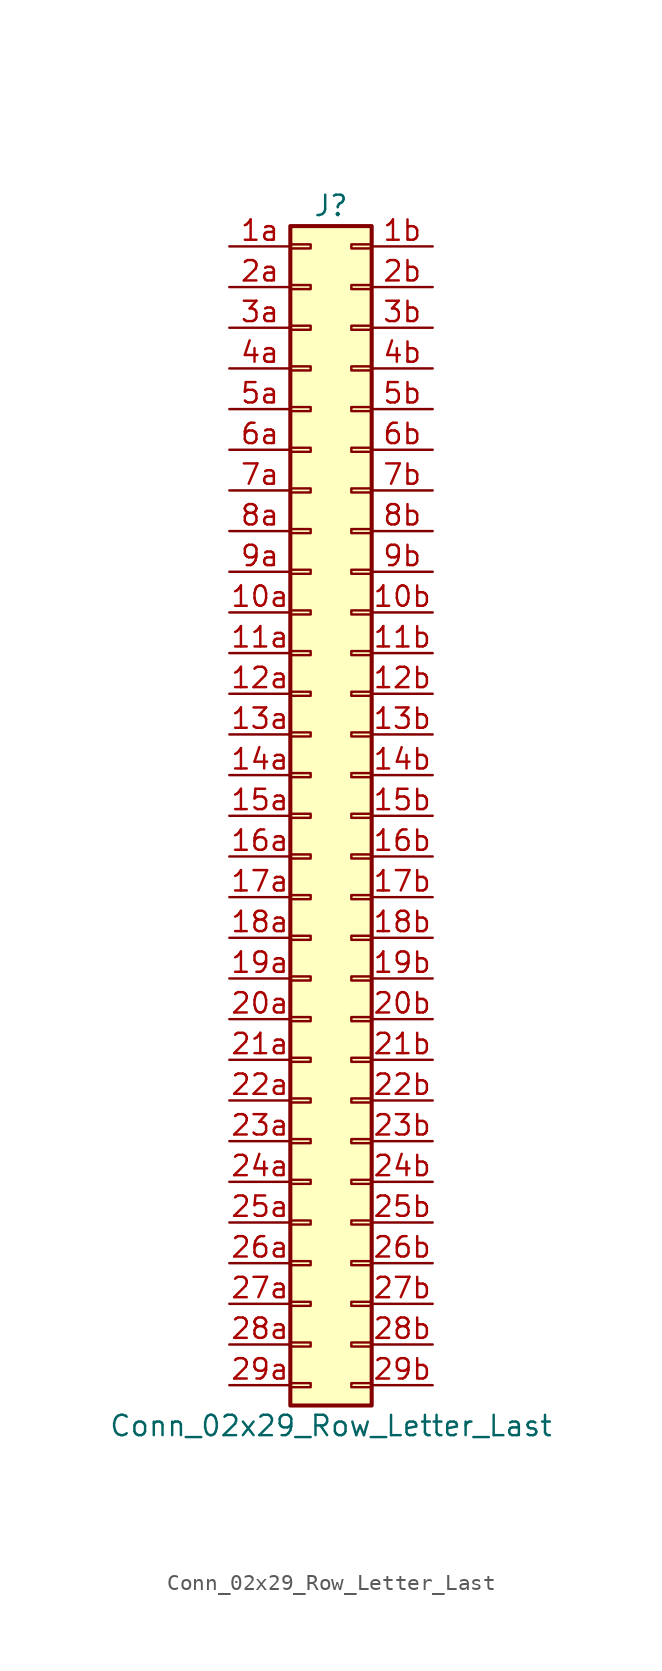
<source format=kicad_sym>
(kicad_symbol_lib
  (version 20201005)
  (generator kicad_symbol_editor)
  (symbol "Conn_02x29_Row_Letter_Last"
    (pin_names
      (offset 1.016) hide)
    (property "Reference" "J"
      (at 1.27 38.1 0)
      (effects (font (size 1.27 1.27))))
    (property "Value" "Conn_02x29_Row_Letter_Last"
      (at 1.27 -38.1 0)
      (effects (font (size 1.27 1.27))))
    (symbol "Conn_02x29_Row_Letter_Last_1_1"
      (rectangle (start -1.27 -35.433) (end 0 -35.687) (stroke (width 0.152)) (fill (type none)))
      (rectangle (start -1.27 -32.893) (end 0 -33.147) (stroke (width 0.152)) (fill (type none)))
      (rectangle (start -1.27 -30.353) (end 0 -30.607) (stroke (width 0.152)) (fill (type none)))
      (rectangle (start -1.27 -27.813) (end 0 -28.067) (stroke (width 0.152)) (fill (type none)))
      (rectangle (start -1.27 -25.273) (end 0 -25.527) (stroke (width 0.152)) (fill (type none)))
      (rectangle (start -1.27 -22.733) (end 0 -22.987) (stroke (width 0.152)) (fill (type none)))
      (rectangle (start -1.27 -20.193) (end 0 -20.447) (stroke (width 0.152)) (fill (type none)))
      (rectangle (start -1.27 -17.653) (end 0 -17.907) (stroke (width 0.152)) (fill (type none)))
      (rectangle (start -1.27 -15.113) (end 0 -15.367) (stroke (width 0.152)) (fill (type none)))
      (rectangle (start -1.27 -12.573) (end 0 -12.827) (stroke (width 0.152)) (fill (type none)))
      (rectangle (start -1.27 -10.033) (end 0 -10.287) (stroke (width 0.152)) (fill (type none)))
      (rectangle (start -1.27 -7.493) (end 0 -7.747) (stroke (width 0.152)) (fill (type none)))
      (rectangle (start -1.27 -4.953) (end 0 -5.207) (stroke (width 0.152)) (fill (type none)))
      (rectangle (start -1.27 -2.413) (end 0 -2.667) (stroke (width 0.152)) (fill (type none)))
      (rectangle (start -1.27 0.127) (end 0 -0.127) (stroke (width 0.152)) (fill (type none)))
      (rectangle (start -1.27 2.667) (end 0 2.413) (stroke (width 0.152)) (fill (type none)))
      (rectangle (start -1.27 5.207) (end 0 4.953) (stroke (width 0.152)) (fill (type none)))
      (rectangle (start -1.27 7.747) (end 0 7.493) (stroke (width 0.152)) (fill (type none)))
      (rectangle (start -1.27 10.287) (end 0 10.033) (stroke (width 0.152)) (fill (type none)))
      (rectangle (start -1.27 12.827) (end 0 12.573) (stroke (width 0.152)) (fill (type none)))
      (rectangle (start -1.27 15.367) (end 0 15.113) (stroke (width 0.152)) (fill (type none)))
      (rectangle (start -1.27 17.907) (end 0 17.653) (stroke (width 0.152)) (fill (type none)))
      (rectangle (start -1.27 20.447) (end 0 20.193) (stroke (width 0.152)) (fill (type none)))
      (rectangle (start -1.27 22.987) (end 0 22.733) (stroke (width 0.152)) (fill (type none)))
      (rectangle (start -1.27 25.527) (end 0 25.273) (stroke (width 0.152)) (fill (type none)))
      (rectangle (start -1.27 28.067) (end 0 27.813) (stroke (width 0.152)) (fill (type none)))
      (rectangle (start -1.27 30.607) (end 0 30.353) (stroke (width 0.152)) (fill (type none)))
      (rectangle (start -1.27 33.147) (end 0 32.893) (stroke (width 0.152)) (fill (type none)))
      (rectangle (start -1.27 35.687) (end 0 35.433) (stroke (width 0.152)) (fill (type none)))
      (rectangle (start 3.81 -35.433) (end 2.54 -35.687) (stroke (width 0.152)) (fill (type none)))
      (rectangle (start 3.81 -32.893) (end 2.54 -33.147) (stroke (width 0.152)) (fill (type none)))
      (rectangle (start 3.81 -30.353) (end 2.54 -30.607) (stroke (width 0.152)) (fill (type none)))
      (rectangle (start 3.81 -27.813) (end 2.54 -28.067) (stroke (width 0.152)) (fill (type none)))
      (rectangle (start 3.81 -25.273) (end 2.54 -25.527) (stroke (width 0.152)) (fill (type none)))
      (rectangle (start 3.81 -22.733) (end 2.54 -22.987) (stroke (width 0.152)) (fill (type none)))
      (rectangle (start 3.81 -20.193) (end 2.54 -20.447) (stroke (width 0.152)) (fill (type none)))
      (rectangle (start 3.81 -17.653) (end 2.54 -17.907) (stroke (width 0.152)) (fill (type none)))
      (rectangle (start 3.81 -15.113) (end 2.54 -15.367) (stroke (width 0.152)) (fill (type none)))
      (rectangle (start 3.81 -12.573) (end 2.54 -12.827) (stroke (width 0.152)) (fill (type none)))
      (rectangle (start 3.81 -10.033) (end 2.54 -10.287) (stroke (width 0.152)) (fill (type none)))
      (rectangle (start 3.81 -7.493) (end 2.54 -7.747) (stroke (width 0.152)) (fill (type none)))
      (rectangle (start 3.81 -4.953) (end 2.54 -5.207) (stroke (width 0.152)) (fill (type none)))
      (rectangle (start 3.81 -2.413) (end 2.54 -2.667) (stroke (width 0.152)) (fill (type none)))
      (rectangle (start 3.81 0.127) (end 2.54 -0.127) (stroke (width 0.152)) (fill (type none)))
      (rectangle (start 3.81 2.667) (end 2.54 2.413) (stroke (width 0.152)) (fill (type none)))
      (rectangle (start 3.81 5.207) (end 2.54 4.953) (stroke (width 0.152)) (fill (type none)))
      (rectangle (start 3.81 7.747) (end 2.54 7.493) (stroke (width 0.152)) (fill (type none)))
      (rectangle (start 3.81 10.287) (end 2.54 10.033) (stroke (width 0.152)) (fill (type none)))
      (rectangle (start 3.81 12.827) (end 2.54 12.573) (stroke (width 0.152)) (fill (type none)))
      (rectangle (start 3.81 15.367) (end 2.54 15.113) (stroke (width 0.152)) (fill (type none)))
      (rectangle (start 3.81 17.907) (end 2.54 17.653) (stroke (width 0.152)) (fill (type none)))
      (rectangle (start 3.81 20.447) (end 2.54 20.193) (stroke (width 0.152)) (fill (type none)))
      (rectangle (start 3.81 22.987) (end 2.54 22.733) (stroke (width 0.152)) (fill (type none)))
      (rectangle (start 3.81 25.527) (end 2.54 25.273) (stroke (width 0.152)) (fill (type none)))
      (rectangle (start 3.81 28.067) (end 2.54 27.813) (stroke (width 0.152)) (fill (type none)))
      (rectangle (start 3.81 30.607) (end 2.54 30.353) (stroke (width 0.152)) (fill (type none)))
      (rectangle (start 3.81 33.147) (end 2.54 32.893) (stroke (width 0.152)) (fill (type none)))
      (rectangle (start 3.81 35.687) (end 2.54 35.433) (stroke (width 0.152)) (fill (type none)))
      (rectangle (start -1.27 36.83) (end 3.81 -36.83) (stroke (width 0.254)) (fill (type background)))
      (pin passive line (at -5.08 12.7 0) (length 3.81) (name "Pin_10a" (effects (font (size 1.27 1.27)))) (number "10a" (effects (font (size 1.27 1.27)))))
      (pin passive line (at 7.62 12.7 180) (length 3.81) (name "Pin_10b" (effects (font (size 1.27 1.27)))) (number "10b" (effects (font (size 1.27 1.27)))))
      (pin passive line (at -5.08 10.16 0) (length 3.81) (name "Pin_11a" (effects (font (size 1.27 1.27)))) (number "11a" (effects (font (size 1.27 1.27)))))
      (pin passive line (at 7.62 10.16 180) (length 3.81) (name "Pin_11b" (effects (font (size 1.27 1.27)))) (number "11b" (effects (font (size 1.27 1.27)))))
      (pin passive line (at -5.08 7.62 0) (length 3.81) (name "Pin_12a" (effects (font (size 1.27 1.27)))) (number "12a" (effects (font (size 1.27 1.27)))))
      (pin passive line (at 7.62 7.62 180) (length 3.81) (name "Pin_12b" (effects (font (size 1.27 1.27)))) (number "12b" (effects (font (size 1.27 1.27)))))
      (pin passive line (at -5.08 5.08 0) (length 3.81) (name "Pin_13a" (effects (font (size 1.27 1.27)))) (number "13a" (effects (font (size 1.27 1.27)))))
      (pin passive line (at 7.62 5.08 180) (length 3.81) (name "Pin_13b" (effects (font (size 1.27 1.27)))) (number "13b" (effects (font (size 1.27 1.27)))))
      (pin passive line (at -5.08 2.54 0) (length 3.81) (name "Pin_14a" (effects (font (size 1.27 1.27)))) (number "14a" (effects (font (size 1.27 1.27)))))
      (pin passive line (at 7.62 2.54 180) (length 3.81) (name "Pin_14b" (effects (font (size 1.27 1.27)))) (number "14b" (effects (font (size 1.27 1.27)))))
      (pin passive line (at -5.08 0 0) (length 3.81) (name "Pin_15a" (effects (font (size 1.27 1.27)))) (number "15a" (effects (font (size 1.27 1.27)))))
      (pin passive line (at 7.62 0 180) (length 3.81) (name "Pin_15b" (effects (font (size 1.27 1.27)))) (number "15b" (effects (font (size 1.27 1.27)))))
      (pin passive line (at -5.08 -2.54 0) (length 3.81) (name "Pin_16a" (effects (font (size 1.27 1.27)))) (number "16a" (effects (font (size 1.27 1.27)))))
      (pin passive line (at 7.62 -2.54 180) (length 3.81) (name "Pin_16b" (effects (font (size 1.27 1.27)))) (number "16b" (effects (font (size 1.27 1.27)))))
      (pin passive line (at -5.08 -5.08 0) (length 3.81) (name "Pin_17a" (effects (font (size 1.27 1.27)))) (number "17a" (effects (font (size 1.27 1.27)))))
      (pin passive line (at 7.62 -5.08 180) (length 3.81) (name "Pin_17b" (effects (font (size 1.27 1.27)))) (number "17b" (effects (font (size 1.27 1.27)))))
      (pin passive line (at -5.08 -7.62 0) (length 3.81) (name "Pin_18a" (effects (font (size 1.27 1.27)))) (number "18a" (effects (font (size 1.27 1.27)))))
      (pin passive line (at 7.62 -7.62 180) (length 3.81) (name "Pin_18b" (effects (font (size 1.27 1.27)))) (number "18b" (effects (font (size 1.27 1.27)))))
      (pin passive line (at -5.08 -10.16 0) (length 3.81) (name "Pin_19a" (effects (font (size 1.27 1.27)))) (number "19a" (effects (font (size 1.27 1.27)))))
      (pin passive line (at 7.62 -10.16 180) (length 3.81) (name "Pin_19b" (effects (font (size 1.27 1.27)))) (number "19b" (effects (font (size 1.27 1.27)))))
      (pin passive line (at -5.08 35.56 0) (length 3.81) (name "Pin_1a" (effects (font (size 1.27 1.27)))) (number "1a" (effects (font (size 1.27 1.27)))))
      (pin passive line (at 7.62 35.56 180) (length 3.81) (name "Pin_1b" (effects (font (size 1.27 1.27)))) (number "1b" (effects (font (size 1.27 1.27)))))
      (pin passive line (at -5.08 -12.7 0) (length 3.81) (name "Pin_20a" (effects (font (size 1.27 1.27)))) (number "20a" (effects (font (size 1.27 1.27)))))
      (pin passive line (at 7.62 -12.7 180) (length 3.81) (name "Pin_20b" (effects (font (size 1.27 1.27)))) (number "20b" (effects (font (size 1.27 1.27)))))
      (pin passive line (at -5.08 -15.24 0) (length 3.81) (name "Pin_21a" (effects (font (size 1.27 1.27)))) (number "21a" (effects (font (size 1.27 1.27)))))
      (pin passive line (at 7.62 -15.24 180) (length 3.81) (name "Pin_21b" (effects (font (size 1.27 1.27)))) (number "21b" (effects (font (size 1.27 1.27)))))
      (pin passive line (at -5.08 -17.78 0) (length 3.81) (name "Pin_22a" (effects (font (size 1.27 1.27)))) (number "22a" (effects (font (size 1.27 1.27)))))
      (pin passive line (at 7.62 -17.78 180) (length 3.81) (name "Pin_22b" (effects (font (size 1.27 1.27)))) (number "22b" (effects (font (size 1.27 1.27)))))
      (pin passive line (at -5.08 -20.32 0) (length 3.81) (name "Pin_23a" (effects (font (size 1.27 1.27)))) (number "23a" (effects (font (size 1.27 1.27)))))
      (pin passive line (at 7.62 -20.32 180) (length 3.81) (name "Pin_23b" (effects (font (size 1.27 1.27)))) (number "23b" (effects (font (size 1.27 1.27)))))
      (pin passive line (at -5.08 -22.86 0) (length 3.81) (name "Pin_24a" (effects (font (size 1.27 1.27)))) (number "24a" (effects (font (size 1.27 1.27)))))
      (pin passive line (at 7.62 -22.86 180) (length 3.81) (name "Pin_24b" (effects (font (size 1.27 1.27)))) (number "24b" (effects (font (size 1.27 1.27)))))
      (pin passive line (at -5.08 -25.4 0) (length 3.81) (name "Pin_25a" (effects (font (size 1.27 1.27)))) (number "25a" (effects (font (size 1.27 1.27)))))
      (pin passive line (at 7.62 -25.4 180) (length 3.81) (name "Pin_25b" (effects (font (size 1.27 1.27)))) (number "25b" (effects (font (size 1.27 1.27)))))
      (pin passive line (at -5.08 -27.94 0) (length 3.81) (name "Pin_26a" (effects (font (size 1.27 1.27)))) (number "26a" (effects (font (size 1.27 1.27)))))
      (pin passive line (at 7.62 -27.94 180) (length 3.81) (name "Pin_26b" (effects (font (size 1.27 1.27)))) (number "26b" (effects (font (size 1.27 1.27)))))
      (pin passive line (at -5.08 -30.48 0) (length 3.81) (name "Pin_27a" (effects (font (size 1.27 1.27)))) (number "27a" (effects (font (size 1.27 1.27)))))
      (pin passive line (at 7.62 -30.48 180) (length 3.81) (name "Pin_27b" (effects (font (size 1.27 1.27)))) (number "27b" (effects (font (size 1.27 1.27)))))
      (pin passive line (at -5.08 -33.02 0) (length 3.81) (name "Pin_28a" (effects (font (size 1.27 1.27)))) (number "28a" (effects (font (size 1.27 1.27)))))
      (pin passive line (at 7.62 -33.02 180) (length 3.81) (name "Pin_28b" (effects (font (size 1.27 1.27)))) (number "28b" (effects (font (size 1.27 1.27)))))
      (pin passive line (at -5.08 -35.56 0) (length 3.81) (name "Pin_29a" (effects (font (size 1.27 1.27)))) (number "29a" (effects (font (size 1.27 1.27)))))
      (pin passive line (at 7.62 -35.56 180) (length 3.81) (name "Pin_29b" (effects (font (size 1.27 1.27)))) (number "29b" (effects (font (size 1.27 1.27)))))
      (pin passive line (at -5.08 33.02 0) (length 3.81) (name "Pin_2a" (effects (font (size 1.27 1.27)))) (number "2a" (effects (font (size 1.27 1.27)))))
      (pin passive line (at 7.62 33.02 180) (length 3.81) (name "Pin_2b" (effects (font (size 1.27 1.27)))) (number "2b" (effects (font (size 1.27 1.27)))))
      (pin passive line (at -5.08 30.48 0) (length 3.81) (name "Pin_3a" (effects (font (size 1.27 1.27)))) (number "3a" (effects (font (size 1.27 1.27)))))
      (pin passive line (at 7.62 30.48 180) (length 3.81) (name "Pin_3b" (effects (font (size 1.27 1.27)))) (number "3b" (effects (font (size 1.27 1.27)))))
      (pin passive line (at -5.08 27.94 0) (length 3.81) (name "Pin_4a" (effects (font (size 1.27 1.27)))) (number "4a" (effects (font (size 1.27 1.27)))))
      (pin passive line (at 7.62 27.94 180) (length 3.81) (name "Pin_4b" (effects (font (size 1.27 1.27)))) (number "4b" (effects (font (size 1.27 1.27)))))
      (pin passive line (at -5.08 25.4 0) (length 3.81) (name "Pin_5a" (effects (font (size 1.27 1.27)))) (number "5a" (effects (font (size 1.27 1.27)))))
      (pin passive line (at 7.62 25.4 180) (length 3.81) (name "Pin_5b" (effects (font (size 1.27 1.27)))) (number "5b" (effects (font (size 1.27 1.27)))))
      (pin passive line (at -5.08 22.86 0) (length 3.81) (name "Pin_6a" (effects (font (size 1.27 1.27)))) (number "6a" (effects (font (size 1.27 1.27)))))
      (pin passive line (at 7.62 22.86 180) (length 3.81) (name "Pin_6b" (effects (font (size 1.27 1.27)))) (number "6b" (effects (font (size 1.27 1.27)))))
      (pin passive line (at -5.08 20.32 0) (length 3.81) (name "Pin_7a" (effects (font (size 1.27 1.27)))) (number "7a" (effects (font (size 1.27 1.27)))))
      (pin passive line (at 7.62 20.32 180) (length 3.81) (name "Pin_7b" (effects (font (size 1.27 1.27)))) (number "7b" (effects (font (size 1.27 1.27)))))
      (pin passive line (at -5.08 17.78 0) (length 3.81) (name "Pin_8a" (effects (font (size 1.27 1.27)))) (number "8a" (effects (font (size 1.27 1.27)))))
      (pin passive line (at 7.62 17.78 180) (length 3.81) (name "Pin_8b" (effects (font (size 1.27 1.27)))) (number "8b" (effects (font (size 1.27 1.27)))))
      (pin passive line (at -5.08 15.24 0) (length 3.81) (name "Pin_9a" (effects (font (size 1.27 1.27)))) (number "9a" (effects (font (size 1.27 1.27)))))
      (pin passive line (at 7.62 15.24 180) (length 3.81) (name "Pin_9b" (effects (font (size 1.27 1.27)))) (number "9b" (effects (font (size 1.27 1.27))))))))
</source>
